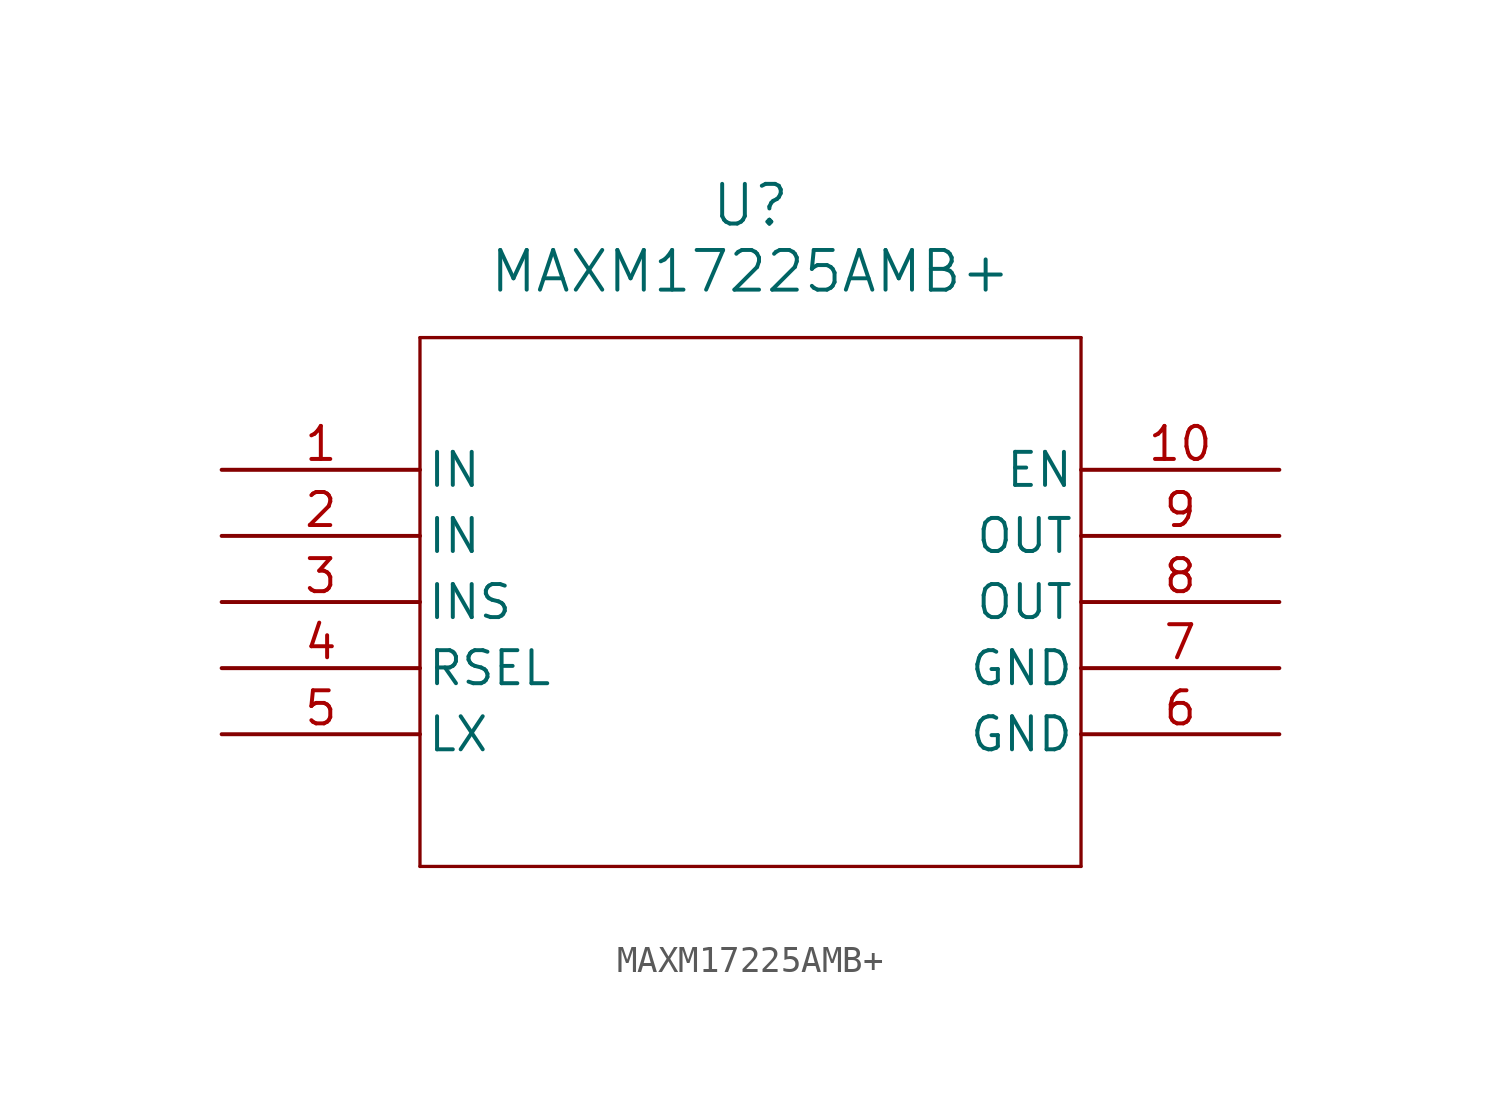
<source format=kicad_sym>
(kicad_symbol_lib
  (version 20211014)
  (generator kicad_symbol_editor)
  (symbol "MAXM17225AMB+"
    (pin_names
      (offset 0.254))
    (property "Reference" "U"
      (at 20.32 10.16 0)
      (effects (font (size 1.524 1.524))))
    (property "Value" "MAXM17225AMB+"
      (at 20.32 7.62 0)
      (effects (font (size 1.524 1.524))))
    (symbol "MAXM17225AMB+_0_1"
      (polyline (pts (xy 7.62 5.08) (xy 7.62 -15.24)) (stroke (width 0.127) (type default) (color 0 0 0 0)) (fill (type none)))
      (polyline (pts (xy 7.62 -15.24) (xy 33.02 -15.24)) (stroke (width 0.127) (type default) (color 0 0 0 0)) (fill (type none)))
      (polyline (pts (xy 33.02 -15.24) (xy 33.02 5.08)) (stroke (width 0.127) (type default) (color 0 0 0 0)) (fill (type none)))
      (polyline (pts (xy 33.02 5.08) (xy 7.62 5.08)) (stroke (width 0.127) (type default) (color 0 0 0 0)) (fill (type none)))
      (pin power_in line (at 0 0 0) (length 7.62) (name "IN" (effects (font (size 1.27 1.27)))) (number "1" (effects (font (size 1.27 1.27)))))
      (pin power_in line (at 0 -2.54 0) (length 7.62) (name "IN" (effects (font (size 1.27 1.27)))) (number "2" (effects (font (size 1.27 1.27)))))
      (pin unspecified line (at 0 -5.08 0) (length 7.62) (name "INS" (effects (font (size 1.27 1.27)))) (number "3" (effects (font (size 1.27 1.27)))))
      (pin input line (at 0 -7.62 0) (length 7.62) (name "RSEL" (effects (font (size 1.27 1.27)))) (number "4" (effects (font (size 1.27 1.27)))))
      (pin unspecified line (at 0 -10.16 0) (length 7.62) (name "LX" (effects (font (size 1.27 1.27)))) (number "5" (effects (font (size 1.27 1.27)))))
      (pin power_out line (at 40.64 -10.16 180) (length 7.62) (name "GND" (effects (font (size 1.27 1.27)))) (number "6" (effects (font (size 1.27 1.27)))))
      (pin power_out line (at 40.64 -7.62 180) (length 7.62) (name "GND" (effects (font (size 1.27 1.27)))) (number "7" (effects (font (size 1.27 1.27)))))
      (pin power_in line (at 40.64 -5.08 180) (length 7.62) (name "OUT" (effects (font (size 1.27 1.27)))) (number "8" (effects (font (size 1.27 1.27)))))
      (pin power_in line (at 40.64 -2.54 180) (length 7.62) (name "OUT" (effects (font (size 1.27 1.27)))) (number "9" (effects (font (size 1.27 1.27)))))
      (pin input line (at 40.64 0 180) (length 7.62) (name "EN" (effects (font (size 1.27 1.27)))) (number "10" (effects (font (size 1.27 1.27))))))))
</source>
